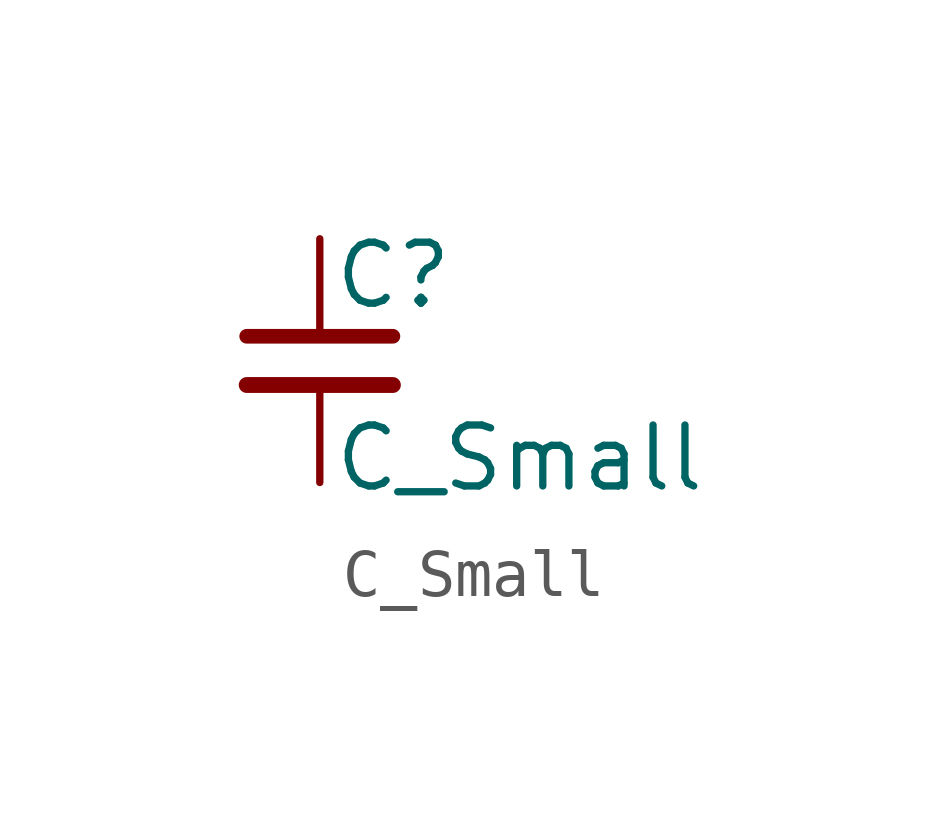
<source format=kicad_sym>
(kicad_symbol_lib
  (version 20210619)
  (generator kicad_symbol_editor)
  (symbol "Maxted Libs:C_Small"
    (pin_numbers hide)
    (pin_names
      (offset 0.254) hide)
    (property "Reference" "C"
      (at 0.254 1.778 0)
      (effects (font (size 1.27 1.27)) (justify left)))
    (property "Value" "C_Small"
      (at 0.254 -2.032 0)
      (effects (font (size 1.27 1.27)) (justify left)))
    (symbol "C_Small_0_1"
      (polyline (pts (xy -1.524 -0.508) (xy 1.524 -0.508)) (stroke (width 0.33)) (fill (type none)))
      (polyline (pts (xy -1.524 0.508) (xy 1.524 0.508)) (stroke (width 0.305)) (fill (type none))))
    (symbol "C_Small_1_1"
      (pin passive line (at 0 2.54 270) (length 2.032) (name "~" (effects (font (size 1.27 1.27)))) (number "1" (effects (font (size 1.27 1.27)))))
      (pin passive line (at 0 -2.54 90) (length 2.032) (name "~" (effects (font (size 1.27 1.27)))) (number "2" (effects (font (size 1.27 1.27))))))))
</source>
